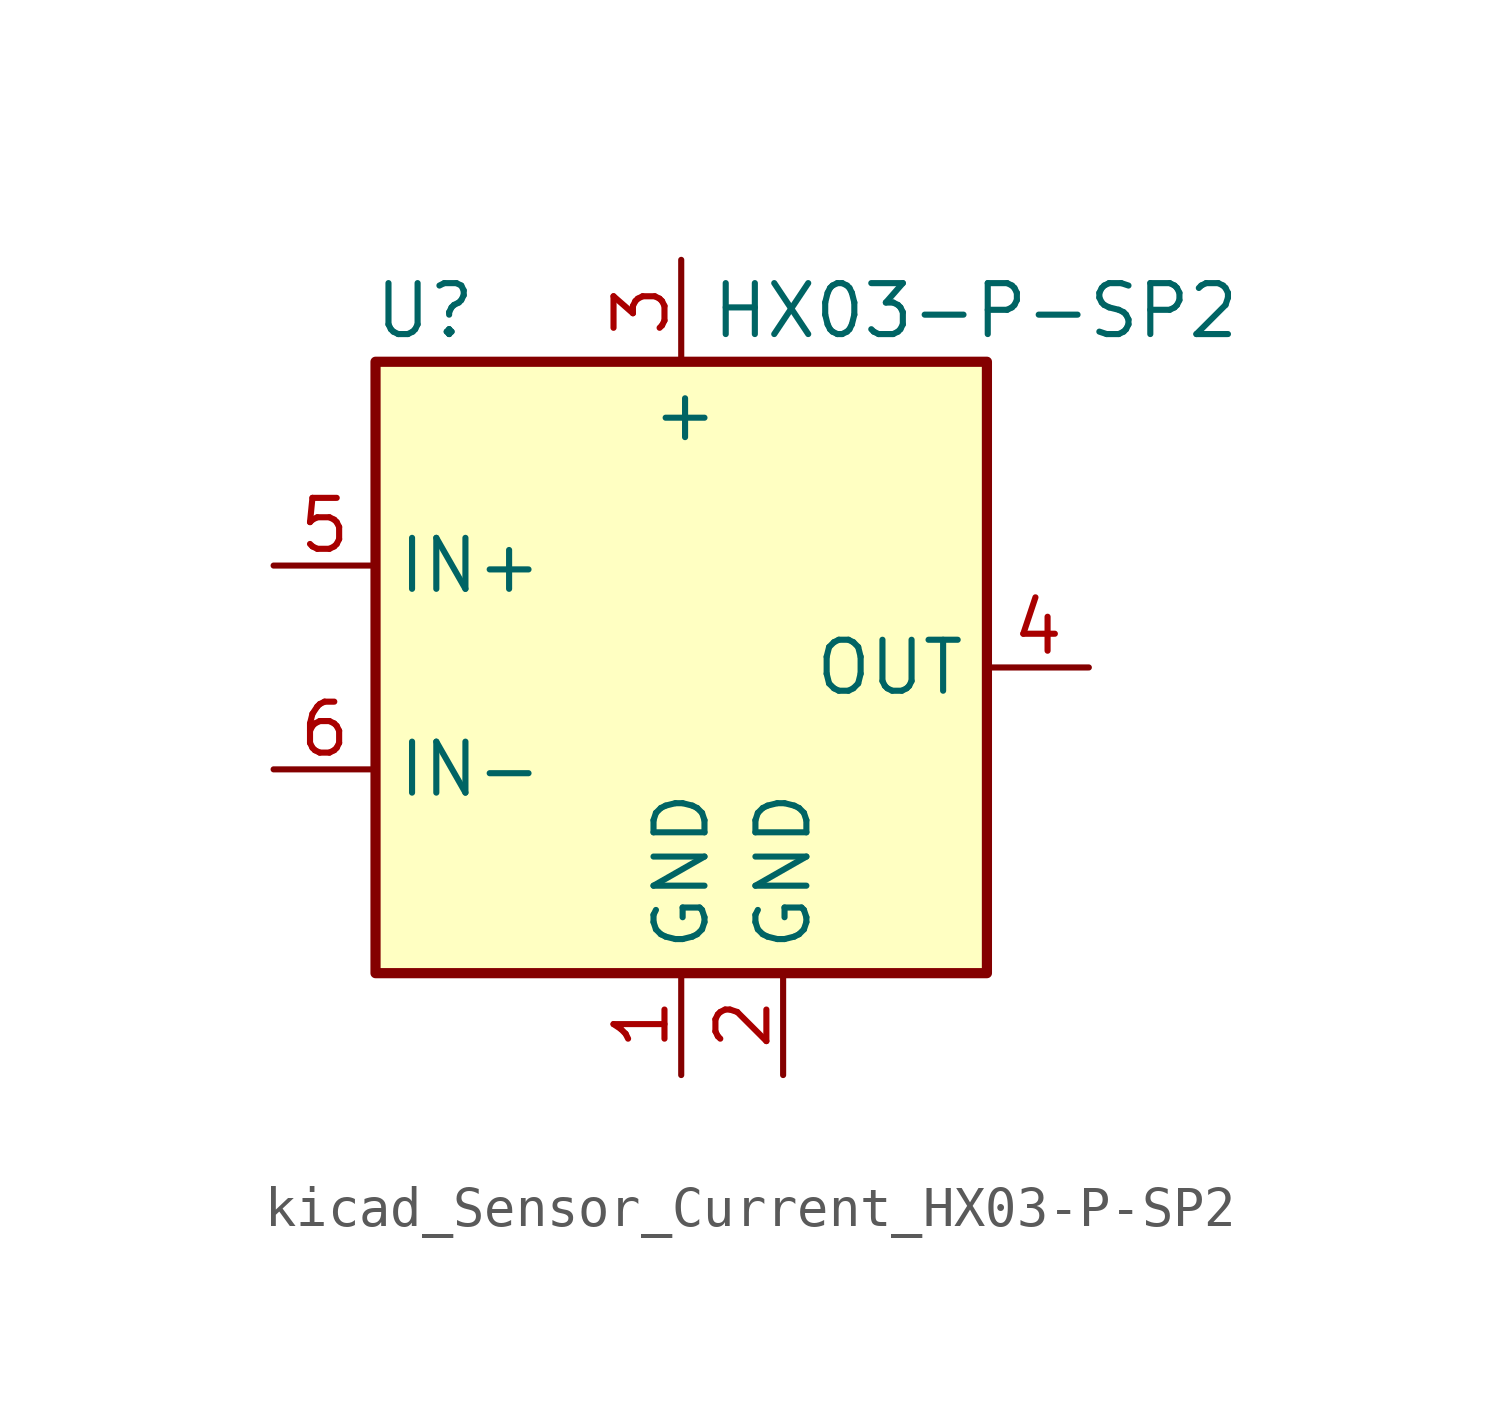
<source format=kicad_sym>
(kicad_symbol_lib
  (version 20220914)
  (generator kicad_symbol_editor)
  (symbol "kicad_Sensor_Current_HX03-P-SP2"
    (property "Reference" "U"
      (at -5.08 8.89 0)
      (effects (font (size 1.27 1.27)) (justify right)))
    (property "Value" "HX03-P-SP2"
      (at 13.97 8.89 0)
      (effects (font (size 1.27 1.27)) (justify right)))
    (symbol "kicad_Sensor_Current_HX03-P-SP2_0_1"
      (rectangle (start -7.62 7.62) (end 7.62 -7.62) (stroke (width 0.254) (type default)) (fill (type background))))
    (symbol "kicad_Sensor_Current_HX03-P-SP2_1_1"
      (pin power_in line (at 0 -10.16 90) (length 2.54) (name "GND" (effects (font (size 1.27 1.27)))) (number "1" (effects (font (size 1.27 1.27)))))
      (pin power_in line (at 2.54 -10.16 90) (length 2.54) (name "GND" (effects (font (size 1.27 1.27)))) (number "2" (effects (font (size 1.27 1.27)))))
      (pin power_in line (at 0 10.16 270) (length 2.54) (name "+" (effects (font (size 1.27 1.27)))) (number "3" (effects (font (size 1.27 1.27)))))
      (pin output line (at 10.16 0 180) (length 2.54) (name "OUT" (effects (font (size 1.27 1.27)))) (number "4" (effects (font (size 1.27 1.27)))))
      (pin passive line (at -10.16 2.54 0) (length 2.54) (name "IN+" (effects (font (size 1.27 1.27)))) (number "5" (effects (font (size 1.27 1.27)))))
      (pin passive line (at -10.16 -2.54 0) (length 2.54) (name "IN-" (effects (font (size 1.27 1.27)))) (number "6" (effects (font (size 1.27 1.27))))))))
</source>
